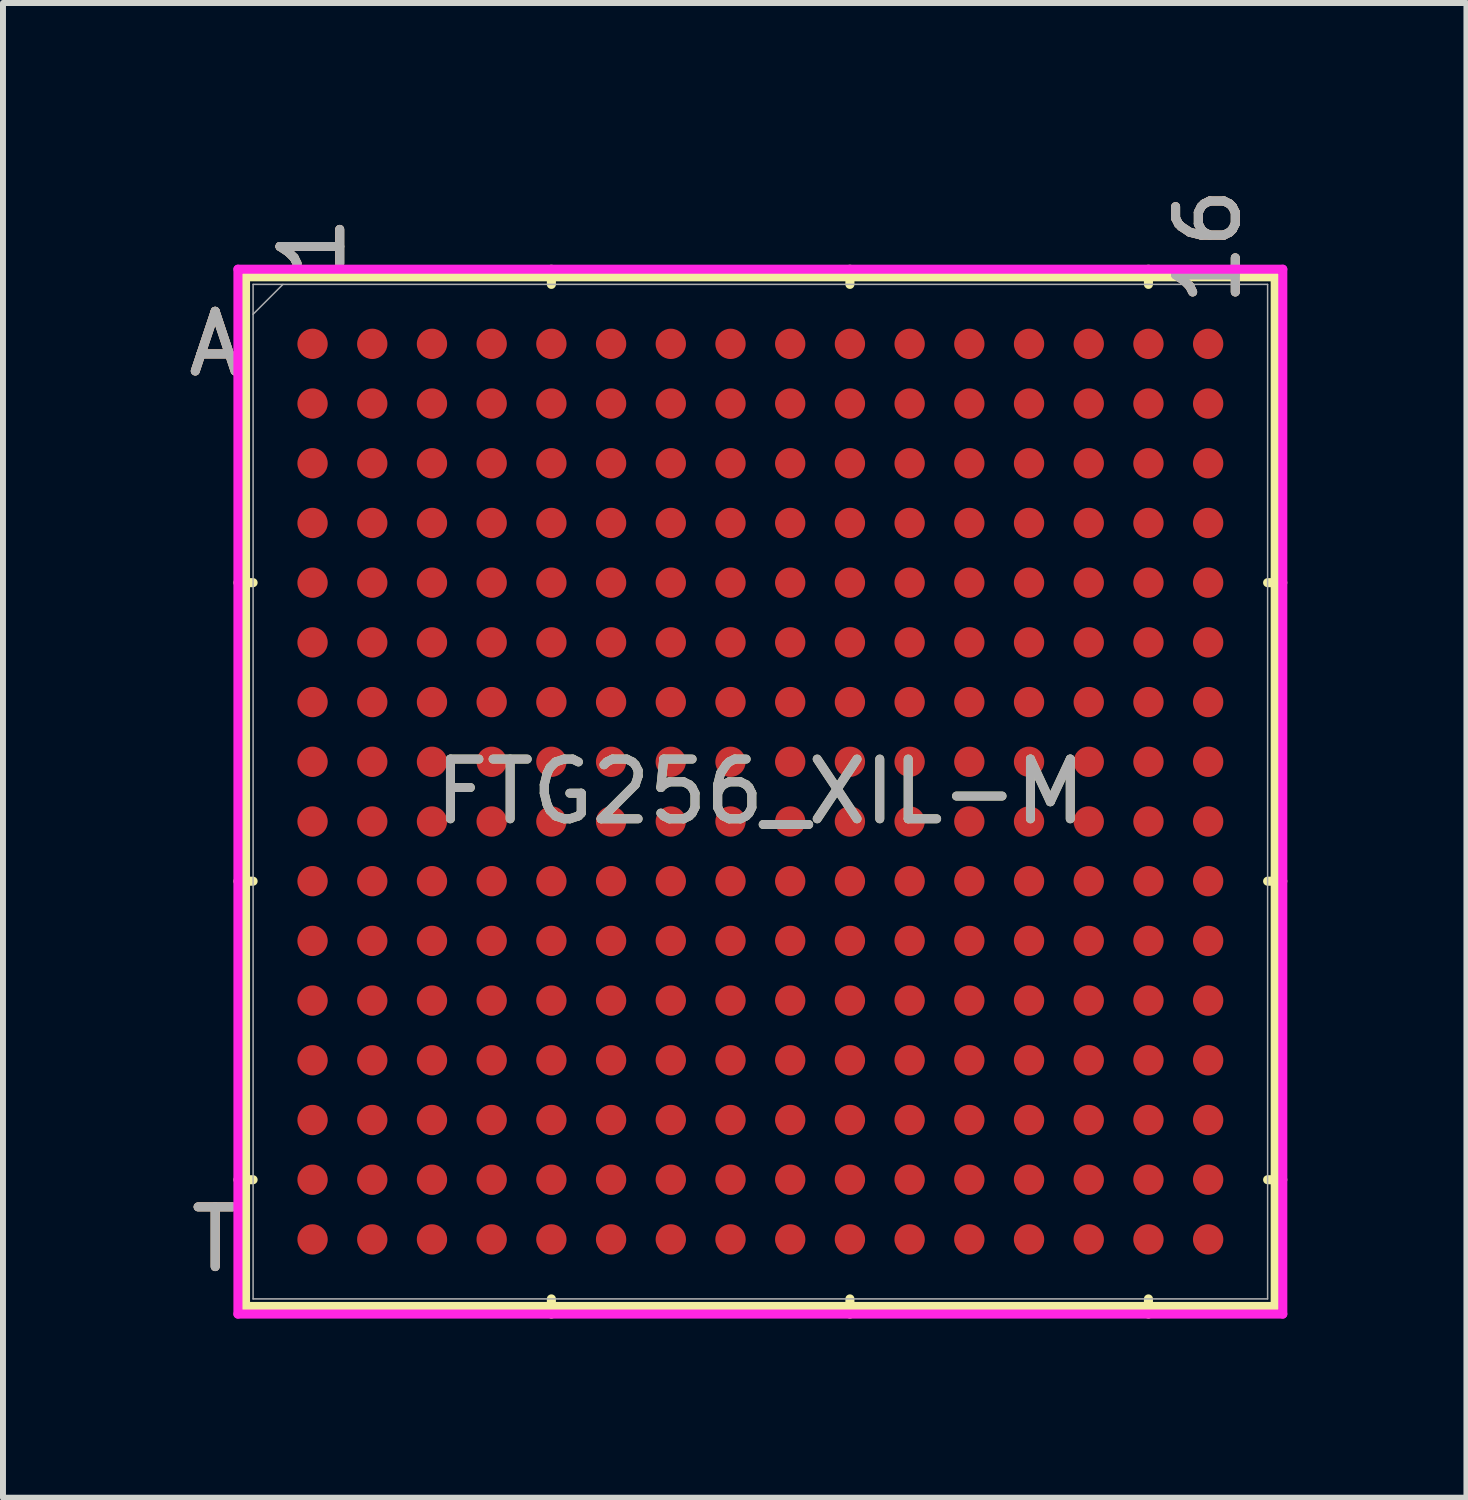
<source format=kicad_pcb>
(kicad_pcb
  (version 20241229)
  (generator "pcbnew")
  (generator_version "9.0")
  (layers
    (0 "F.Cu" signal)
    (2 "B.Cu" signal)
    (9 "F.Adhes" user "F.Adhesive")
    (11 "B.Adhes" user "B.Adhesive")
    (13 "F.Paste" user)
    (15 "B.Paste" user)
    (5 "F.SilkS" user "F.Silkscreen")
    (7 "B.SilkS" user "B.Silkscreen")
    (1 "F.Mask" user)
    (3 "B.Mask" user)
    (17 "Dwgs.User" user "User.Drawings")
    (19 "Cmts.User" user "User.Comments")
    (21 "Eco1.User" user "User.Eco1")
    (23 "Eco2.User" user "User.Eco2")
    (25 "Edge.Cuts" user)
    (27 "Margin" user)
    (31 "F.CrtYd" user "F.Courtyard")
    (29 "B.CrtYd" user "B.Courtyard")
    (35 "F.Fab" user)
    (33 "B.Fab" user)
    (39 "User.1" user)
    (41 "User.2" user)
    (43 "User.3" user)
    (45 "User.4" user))
  (footprint "FTG256_XIL-M"
    (layer "F.Cu")
    (at 9.685 10.209)
    (property "Reference" "FTG256_XIL-M" (at 0 0 0) (unlocked yes) (layer "F.SilkS") (effects (font (size 1 1) (thickness 0.15))))
    (attr smd)
    (fp_line (start -8.623 -8.623) (end -8.623 8.623) (stroke (width 0.152) (type solid)) (layer "F.SilkS"))
    (fp_line (start -8.623 8.623) (end 8.623 8.623) (stroke (width 0.152) (type solid)) (layer "F.SilkS"))
    (fp_line (start -8.496 -3.5) (end -8.75 -3.5) (stroke (width 0.152) (type solid)) (layer "F.SilkS"))
    (fp_line (start -8.496 1.5) (end -8.75 1.5) (stroke (width 0.152) (type solid)) (layer "F.SilkS"))
    (fp_line (start -8.496 6.5) (end -8.75 6.5) (stroke (width 0.152) (type solid)) (layer "F.SilkS"))
    (fp_line (start -3.5 -8.496) (end -3.5 -8.75) (stroke (width 0.152) (type solid)) (layer "F.SilkS"))
    (fp_line (start -3.5 8.496) (end -3.5 8.75) (stroke (width 0.152) (type solid)) (layer "F.SilkS"))
    (fp_line (start 1.5 -8.496) (end 1.5 -8.75) (stroke (width 0.152) (type solid)) (layer "F.SilkS"))
    (fp_line (start 1.5 8.496) (end 1.5 8.75) (stroke (width 0.152) (type solid)) (layer "F.SilkS"))
    (fp_line (start 6.5 -8.496) (end 6.5 -8.75) (stroke (width 0.152) (type solid)) (layer "F.SilkS"))
    (fp_line (start 6.5 8.496) (end 6.5 8.75) (stroke (width 0.152) (type solid)) (layer "F.SilkS"))
    (fp_line (start 8.496 -3.5) (end 8.75 -3.5) (stroke (width 0.152) (type solid)) (layer "F.SilkS"))
    (fp_line (start 8.496 1.5) (end 8.75 1.5) (stroke (width 0.152) (type solid)) (layer "F.SilkS"))
    (fp_line (start 8.496 6.5) (end 8.75 6.5) (stroke (width 0.152) (type solid)) (layer "F.SilkS"))
    (fp_line (start 8.623 -8.623) (end -8.623 -8.623) (stroke (width 0.152) (type solid)) (layer "F.SilkS"))
    (fp_line (start 8.623 8.623) (end 8.623 -8.623) (stroke (width 0.152) (type solid)) (layer "F.SilkS"))
    (fp_poly (pts (xy -8.508 -8.508) (xy 8.508 -8.508) (xy 8.508 8.508) (xy -8.508 8.508)) (stroke (width 0.1) (type solid)) (fill no) (layer "Eco2.User"))
    (fp_line (start -8.75 -8.75) (end 8.75 -8.75) (stroke (width 0.152) (type solid)) (layer "F.CrtYd"))
    (fp_line (start -8.75 8.75) (end -8.75 -8.75) (stroke (width 0.152) (type solid)) (layer "F.CrtYd"))
    (fp_line (start 8.75 -8.75) (end 8.75 8.75) (stroke (width 0.152) (type solid)) (layer "F.CrtYd"))
    (fp_line (start 8.75 8.75) (end -8.75 8.75) (stroke (width 0.152) (type solid)) (layer "F.CrtYd"))
    (fp_line (start -8.496 -8.496) (end -8.496 8.496) (stroke (width 0.025) (type solid)) (layer "F.Fab"))
    (fp_line (start -8.496 8.496) (end 8.496 8.496) (stroke (width 0.025) (type solid)) (layer "F.Fab"))
    (fp_line (start -7.996 -8.496) (end -8.496 -7.996) (stroke (width 0.025) (type solid)) (layer "F.Fab"))
    (fp_line (start 8.496 -8.496) (end -8.496 -8.496) (stroke (width 0.025) (type solid)) (layer "F.Fab"))
    (fp_line (start 8.496 8.496) (end 8.496 -8.496) (stroke (width 0.025) (type solid)) (layer "F.Fab"))
    (fp_text user "16" (at 7.5 -9.131 90) (unlocked yes) (layer "F.SilkS") (effects (font (size 1 1) (thickness 0.15))))
    (fp_text user "T" (at -9.131 7.5 0) (unlocked yes) (layer "F.SilkS") (effects (font (size 1 1) (thickness 0.15))))
    (fp_text user "1" (at -7.5 -9.131 90) (unlocked yes) (layer "F.SilkS") (effects (font (size 1 1) (thickness 0.15))))
    (fp_text user "A" (at -9.131 -7.5 0) (unlocked yes) (layer "F.SilkS") (effects (font (size 1 1) (thickness 0.15))))
    (fp_text user "A" (at -9.131 -7.5 0) (unlocked yes) (layer "B.SilkS") (effects (font (size 1 1) (thickness 0.15))))
    (fp_text user "1" (at -7.5 -9.131 90) (unlocked yes) (layer "B.SilkS") (effects (font (size 1 1) (thickness 0.15))))
    (fp_text user "16" (at 7.5 -9.131 90) (unlocked yes) (layer "B.SilkS") (effects (font (size 1 1) (thickness 0.15))))
    (fp_text user "T" (at -9.131 7.5 0) (unlocked yes) (layer "B.SilkS") (effects (font (size 1 1) (thickness 0.15))))
    (fp_text user "16" (at 7.5 -9.131 90) (unlocked yes) (layer "F.Fab") (effects (font (size 1 1) (thickness 0.15))))
    (fp_text user "${REFERENCE}" (at 0 0 0) (unlocked yes) (layer "F.Fab") (effects (font (size 1 1) (thickness 0.15))))
    (fp_text user "T" (at -9.131 7.5 0) (unlocked yes) (layer "F.Fab") (effects (font (size 1 1) (thickness 0.15))))
    (fp_text user "1" (at -7.5 -9.131 90) (unlocked yes) (layer "F.Fab") (effects (font (size 1 1) (thickness 0.15))))
    (fp_text user "A" (at -9.131 -7.5 0) (unlocked yes) (layer "F.Fab") (effects (font (size 1 1) (thickness 0.15))))
    (pad "A1" smd circle (at -7.5 -7.5) (size 0.508 0.508) (layers "F.Cu" "F.Mask" "F.Paste"))
    (pad "A2" smd circle (at -6.5 -7.5) (size 0.508 0.508) (layers "F.Cu" "F.Mask" "F.Paste"))
    (pad "A3" smd circle (at -5.5 -7.5) (size 0.508 0.508) (layers "F.Cu" "F.Mask" "F.Paste"))
    (pad "A4" smd circle (at -4.5 -7.5) (size 0.508 0.508) (layers "F.Cu" "F.Mask" "F.Paste"))
    (pad "A5" smd circle (at -3.5 -7.5) (size 0.508 0.508) (layers "F.Cu" "F.Mask" "F.Paste"))
    (pad "A6" smd circle (at -2.5 -7.5) (size 0.508 0.508) (layers "F.Cu" "F.Mask" "F.Paste"))
    (pad "A7" smd circle (at -1.5 -7.5) (size 0.508 0.508) (layers "F.Cu" "F.Mask" "F.Paste"))
    (pad "A8" smd circle (at -0.5 -7.5) (size 0.508 0.508) (layers "F.Cu" "F.Mask" "F.Paste"))
    (pad "A9" smd circle (at 0.5 -7.5) (size 0.508 0.508) (layers "F.Cu" "F.Mask" "F.Paste"))
    (pad "A10" smd circle (at 1.5 -7.5) (size 0.508 0.508) (layers "F.Cu" "F.Mask" "F.Paste"))
    (pad "A11" smd circle (at 2.5 -7.5) (size 0.508 0.508) (layers "F.Cu" "F.Mask" "F.Paste"))
    (pad "A12" smd circle (at 3.5 -7.5) (size 0.508 0.508) (layers "F.Cu" "F.Mask" "F.Paste"))
    (pad "A13" smd circle (at 4.5 -7.5) (size 0.508 0.508) (layers "F.Cu" "F.Mask" "F.Paste"))
    (pad "A14" smd circle (at 5.5 -7.5) (size 0.508 0.508) (layers "F.Cu" "F.Mask" "F.Paste"))
    (pad "A15" smd circle (at 6.5 -7.5) (size 0.508 0.508) (layers "F.Cu" "F.Mask" "F.Paste"))
    (pad "A16" smd circle (at 7.5 -7.5) (size 0.508 0.508) (layers "F.Cu" "F.Mask" "F.Paste"))
    (pad "B1" smd circle (at -7.5 -6.5) (size 0.508 0.508) (layers "F.Cu" "F.Mask" "F.Paste"))
    (pad "B2" smd circle (at -6.5 -6.5) (size 0.508 0.508) (layers "F.Cu" "F.Mask" "F.Paste"))
    (pad "B3" smd circle (at -5.5 -6.5) (size 0.508 0.508) (layers "F.Cu" "F.Mask" "F.Paste"))
    (pad "B4" smd circle (at -4.5 -6.5) (size 0.508 0.508) (layers "F.Cu" "F.Mask" "F.Paste"))
    (pad "B5" smd circle (at -3.5 -6.5) (size 0.508 0.508) (layers "F.Cu" "F.Mask" "F.Paste"))
    (pad "B6" smd circle (at -2.5 -6.5) (size 0.508 0.508) (layers "F.Cu" "F.Mask" "F.Paste"))
    (pad "B7" smd circle (at -1.5 -6.5) (size 0.508 0.508) (layers "F.Cu" "F.Mask" "F.Paste"))
    (pad "B8" smd circle (at -0.5 -6.5) (size 0.508 0.508) (layers "F.Cu" "F.Mask" "F.Paste"))
    (pad "B9" smd circle (at 0.5 -6.5) (size 0.508 0.508) (layers "F.Cu" "F.Mask" "F.Paste"))
    (pad "B10" smd circle (at 1.5 -6.5) (size 0.508 0.508) (layers "F.Cu" "F.Mask" "F.Paste"))
    (pad "B11" smd circle (at 2.5 -6.5) (size 0.508 0.508) (layers "F.Cu" "F.Mask" "F.Paste"))
    (pad "B12" smd circle (at 3.5 -6.5) (size 0.508 0.508) (layers "F.Cu" "F.Mask" "F.Paste"))
    (pad "B13" smd circle (at 4.5 -6.5) (size 0.508 0.508) (layers "F.Cu" "F.Mask" "F.Paste"))
    (pad "B14" smd circle (at 5.5 -6.5) (size 0.508 0.508) (layers "F.Cu" "F.Mask" "F.Paste"))
    (pad "B15" smd circle (at 6.5 -6.5) (size 0.508 0.508) (layers "F.Cu" "F.Mask" "F.Paste"))
    (pad "B16" smd circle (at 7.5 -6.5) (size 0.508 0.508) (layers "F.Cu" "F.Mask" "F.Paste"))
    (pad "C1" smd circle (at -7.5 -5.5) (size 0.508 0.508) (layers "F.Cu" "F.Mask" "F.Paste"))
    (pad "C2" smd circle (at -6.5 -5.5) (size 0.508 0.508) (layers "F.Cu" "F.Mask" "F.Paste"))
    (pad "C3" smd circle (at -5.5 -5.5) (size 0.508 0.508) (layers "F.Cu" "F.Mask" "F.Paste"))
    (pad "C4" smd circle (at -4.5 -5.5) (size 0.508 0.508) (layers "F.Cu" "F.Mask" "F.Paste"))
    (pad "C5" smd circle (at -3.5 -5.5) (size 0.508 0.508) (layers "F.Cu" "F.Mask" "F.Paste"))
    (pad "C6" smd circle (at -2.5 -5.5) (size 0.508 0.508) (layers "F.Cu" "F.Mask" "F.Paste"))
    (pad "C7" smd circle (at -1.5 -5.5) (size 0.508 0.508) (layers "F.Cu" "F.Mask" "F.Paste"))
    (pad "C8" smd circle (at -0.5 -5.5) (size 0.508 0.508) (layers "F.Cu" "F.Mask" "F.Paste"))
    (pad "C9" smd circle (at 0.5 -5.5) (size 0.508 0.508) (layers "F.Cu" "F.Mask" "F.Paste"))
    (pad "C10" smd circle (at 1.5 -5.5) (size 0.508 0.508) (layers "F.Cu" "F.Mask" "F.Paste"))
    (pad "C11" smd circle (at 2.5 -5.5) (size 0.508 0.508) (layers "F.Cu" "F.Mask" "F.Paste"))
    (pad "C12" smd circle (at 3.5 -5.5) (size 0.508 0.508) (layers "F.Cu" "F.Mask" "F.Paste"))
    (pad "C13" smd circle (at 4.5 -5.5) (size 0.508 0.508) (layers "F.Cu" "F.Mask" "F.Paste"))
    (pad "C14" smd circle (at 5.5 -5.5) (size 0.508 0.508) (layers "F.Cu" "F.Mask" "F.Paste"))
    (pad "C15" smd circle (at 6.5 -5.5) (size 0.508 0.508) (layers "F.Cu" "F.Mask" "F.Paste"))
    (pad "C16" smd circle (at 7.5 -5.5) (size 0.508 0.508) (layers "F.Cu" "F.Mask" "F.Paste"))
    (pad "D1" smd circle (at -7.5 -4.5) (size 0.508 0.508) (layers "F.Cu" "F.Mask" "F.Paste"))
    (pad "D2" smd circle (at -6.5 -4.5) (size 0.508 0.508) (layers "F.Cu" "F.Mask" "F.Paste"))
    (pad "D3" smd circle (at -5.5 -4.5) (size 0.508 0.508) (layers "F.Cu" "F.Mask" "F.Paste"))
    (pad "D4" smd circle (at -4.5 -4.5) (size 0.508 0.508) (layers "F.Cu" "F.Mask" "F.Paste"))
    (pad "D5" smd circle (at -3.5 -4.5) (size 0.508 0.508) (layers "F.Cu" "F.Mask" "F.Paste"))
    (pad "D6" smd circle (at -2.5 -4.5) (size 0.508 0.508) (layers "F.Cu" "F.Mask" "F.Paste"))
    (pad "D7" smd circle (at -1.5 -4.5) (size 0.508 0.508) (layers "F.Cu" "F.Mask" "F.Paste"))
    (pad "D8" smd circle (at -0.5 -4.5) (size 0.508 0.508) (layers "F.Cu" "F.Mask" "F.Paste"))
    (pad "D9" smd circle (at 0.5 -4.5) (size 0.508 0.508) (layers "F.Cu" "F.Mask" "F.Paste"))
    (pad "D10" smd circle (at 1.5 -4.5) (size 0.508 0.508) (layers "F.Cu" "F.Mask" "F.Paste"))
    (pad "D11" smd circle (at 2.5 -4.5) (size 0.508 0.508) (layers "F.Cu" "F.Mask" "F.Paste"))
    (pad "D12" smd circle (at 3.5 -4.5) (size 0.508 0.508) (layers "F.Cu" "F.Mask" "F.Paste"))
    (pad "D13" smd circle (at 4.5 -4.5) (size 0.508 0.508) (layers "F.Cu" "F.Mask" "F.Paste"))
    (pad "D14" smd circle (at 5.5 -4.5) (size 0.508 0.508) (layers "F.Cu" "F.Mask" "F.Paste"))
    (pad "D15" smd circle (at 6.5 -4.5) (size 0.508 0.508) (layers "F.Cu" "F.Mask" "F.Paste"))
    (pad "D16" smd circle (at 7.5 -4.5) (size 0.508 0.508) (layers "F.Cu" "F.Mask" "F.Paste"))
    (pad "E1" smd circle (at -7.5 -3.5) (size 0.508 0.508) (layers "F.Cu" "F.Mask" "F.Paste"))
    (pad "E2" smd circle (at -6.5 -3.5) (size 0.508 0.508) (layers "F.Cu" "F.Mask" "F.Paste"))
    (pad "E3" smd circle (at -5.5 -3.5) (size 0.508 0.508) (layers "F.Cu" "F.Mask" "F.Paste"))
    (pad "E4" smd circle (at -4.5 -3.5) (size 0.508 0.508) (layers "F.Cu" "F.Mask" "F.Paste"))
    (pad "E5" smd circle (at -3.5 -3.5) (size 0.508 0.508) (layers "F.Cu" "F.Mask" "F.Paste"))
    (pad "E6" smd circle (at -2.5 -3.5) (size 0.508 0.508) (layers "F.Cu" "F.Mask" "F.Paste"))
    (pad "E7" smd circle (at -1.5 -3.5) (size 0.508 0.508) (layers "F.Cu" "F.Mask" "F.Paste"))
    (pad "E8" smd circle (at -0.5 -3.5) (size 0.508 0.508) (layers "F.Cu" "F.Mask" "F.Paste"))
    (pad "E9" smd circle (at 0.5 -3.5) (size 0.508 0.508) (layers "F.Cu" "F.Mask" "F.Paste"))
    (pad "E10" smd circle (at 1.5 -3.5) (size 0.508 0.508) (layers "F.Cu" "F.Mask" "F.Paste"))
    (pad "E11" smd circle (at 2.5 -3.5) (size 0.508 0.508) (layers "F.Cu" "F.Mask" "F.Paste"))
    (pad "E12" smd circle (at 3.5 -3.5) (size 0.508 0.508) (layers "F.Cu" "F.Mask" "F.Paste"))
    (pad "E13" smd circle (at 4.5 -3.5) (size 0.508 0.508) (layers "F.Cu" "F.Mask" "F.Paste"))
    (pad "E14" smd circle (at 5.5 -3.5) (size 0.508 0.508) (layers "F.Cu" "F.Mask" "F.Paste"))
    (pad "E15" smd circle (at 6.5 -3.5) (size 0.508 0.508) (layers "F.Cu" "F.Mask" "F.Paste"))
    (pad "E16" smd circle (at 7.5 -3.5) (size 0.508 0.508) (layers "F.Cu" "F.Mask" "F.Paste"))
    (pad "F1" smd circle (at -7.5 -2.5) (size 0.508 0.508) (layers "F.Cu" "F.Mask" "F.Paste"))
    (pad "F2" smd circle (at -6.5 -2.5) (size 0.508 0.508) (layers "F.Cu" "F.Mask" "F.Paste"))
    (pad "F3" smd circle (at -5.5 -2.5) (size 0.508 0.508) (layers "F.Cu" "F.Mask" "F.Paste"))
    (pad "F4" smd circle (at -4.5 -2.5) (size 0.508 0.508) (layers "F.Cu" "F.Mask" "F.Paste"))
    (pad "F5" smd circle (at -3.5 -2.5) (size 0.508 0.508) (layers "F.Cu" "F.Mask" "F.Paste"))
    (pad "F6" smd circle (at -2.5 -2.5) (size 0.508 0.508) (layers "F.Cu" "F.Mask" "F.Paste"))
    (pad "F7" smd circle (at -1.5 -2.5) (size 0.508 0.508) (layers "F.Cu" "F.Mask" "F.Paste"))
    (pad "F8" smd circle (at -0.5 -2.5) (size 0.508 0.508) (layers "F.Cu" "F.Mask" "F.Paste"))
    (pad "F9" smd circle (at 0.5 -2.5) (size 0.508 0.508) (layers "F.Cu" "F.Mask" "F.Paste"))
    (pad "F10" smd circle (at 1.5 -2.5) (size 0.508 0.508) (layers "F.Cu" "F.Mask" "F.Paste"))
    (pad "F11" smd circle (at 2.5 -2.5) (size 0.508 0.508) (layers "F.Cu" "F.Mask" "F.Paste"))
    (pad "F12" smd circle (at 3.5 -2.5) (size 0.508 0.508) (layers "F.Cu" "F.Mask" "F.Paste"))
    (pad "F13" smd circle (at 4.5 -2.5) (size 0.508 0.508) (layers "F.Cu" "F.Mask" "F.Paste"))
    (pad "F14" smd circle (at 5.5 -2.5) (size 0.508 0.508) (layers "F.Cu" "F.Mask" "F.Paste"))
    (pad "F15" smd circle (at 6.5 -2.5) (size 0.508 0.508) (layers "F.Cu" "F.Mask" "F.Paste"))
    (pad "F16" smd circle (at 7.5 -2.5) (size 0.508 0.508) (layers "F.Cu" "F.Mask" "F.Paste"))
    (pad "G1" smd circle (at -7.5 -1.5) (size 0.508 0.508) (layers "F.Cu" "F.Mask" "F.Paste"))
    (pad "G2" smd circle (at -6.5 -1.5) (size 0.508 0.508) (layers "F.Cu" "F.Mask" "F.Paste"))
    (pad "G3" smd circle (at -5.5 -1.5) (size 0.508 0.508) (layers "F.Cu" "F.Mask" "F.Paste"))
    (pad "G4" smd circle (at -4.5 -1.5) (size 0.508 0.508) (layers "F.Cu" "F.Mask" "F.Paste"))
    (pad "G5" smd circle (at -3.5 -1.5) (size 0.508 0.508) (layers "F.Cu" "F.Mask" "F.Paste"))
    (pad "G6" smd circle (at -2.5 -1.5) (size 0.508 0.508) (layers "F.Cu" "F.Mask" "F.Paste"))
    (pad "G7" smd circle (at -1.5 -1.5) (size 0.508 0.508) (layers "F.Cu" "F.Mask" "F.Paste"))
    (pad "G8" smd circle (at -0.5 -1.5) (size 0.508 0.508) (layers "F.Cu" "F.Mask" "F.Paste"))
    (pad "G9" smd circle (at 0.5 -1.5) (size 0.508 0.508) (layers "F.Cu" "F.Mask" "F.Paste"))
    (pad "G10" smd circle (at 1.5 -1.5) (size 0.508 0.508) (layers "F.Cu" "F.Mask" "F.Paste"))
    (pad "G11" smd circle (at 2.5 -1.5) (size 0.508 0.508) (layers "F.Cu" "F.Mask" "F.Paste"))
    (pad "G12" smd circle (at 3.5 -1.5) (size 0.508 0.508) (layers "F.Cu" "F.Mask" "F.Paste"))
    (pad "G13" smd circle (at 4.5 -1.5) (size 0.508 0.508) (layers "F.Cu" "F.Mask" "F.Paste"))
    (pad "G14" smd circle (at 5.5 -1.5) (size 0.508 0.508) (layers "F.Cu" "F.Mask" "F.Paste"))
    (pad "G15" smd circle (at 6.5 -1.5) (size 0.508 0.508) (layers "F.Cu" "F.Mask" "F.Paste"))
    (pad "G16" smd circle (at 7.5 -1.5) (size 0.508 0.508) (layers "F.Cu" "F.Mask" "F.Paste"))
    (pad "H1" smd circle (at -7.5 -0.5) (size 0.508 0.508) (layers "F.Cu" "F.Mask" "F.Paste"))
    (pad "H2" smd circle (at -6.5 -0.5) (size 0.508 0.508) (layers "F.Cu" "F.Mask" "F.Paste"))
    (pad "H3" smd circle (at -5.5 -0.5) (size 0.508 0.508) (layers "F.Cu" "F.Mask" "F.Paste"))
    (pad "H4" smd circle (at -4.5 -0.5) (size 0.508 0.508) (layers "F.Cu" "F.Mask" "F.Paste"))
    (pad "H5" smd circle (at -3.5 -0.5) (size 0.508 0.508) (layers "F.Cu" "F.Mask" "F.Paste"))
    (pad "H6" smd circle (at -2.5 -0.5) (size 0.508 0.508) (layers "F.Cu" "F.Mask" "F.Paste"))
    (pad "H7" smd circle (at -1.5 -0.5) (size 0.508 0.508) (layers "F.Cu" "F.Mask" "F.Paste"))
    (pad "H8" smd circle (at -0.5 -0.5) (size 0.508 0.508) (layers "F.Cu" "F.Mask" "F.Paste"))
    (pad "H9" smd circle (at 0.5 -0.5) (size 0.508 0.508) (layers "F.Cu" "F.Mask" "F.Paste"))
    (pad "H10" smd circle (at 1.5 -0.5) (size 0.508 0.508) (layers "F.Cu" "F.Mask" "F.Paste"))
    (pad "H11" smd circle (at 2.5 -0.5) (size 0.508 0.508) (layers "F.Cu" "F.Mask" "F.Paste"))
    (pad "H12" smd circle (at 3.5 -0.5) (size 0.508 0.508) (layers "F.Cu" "F.Mask" "F.Paste"))
    (pad "H13" smd circle (at 4.5 -0.5) (size 0.508 0.508) (layers "F.Cu" "F.Mask" "F.Paste"))
    (pad "H14" smd circle (at 5.5 -0.5) (size 0.508 0.508) (layers "F.Cu" "F.Mask" "F.Paste"))
    (pad "H15" smd circle (at 6.5 -0.5) (size 0.508 0.508) (layers "F.Cu" "F.Mask" "F.Paste"))
    (pad "H16" smd circle (at 7.5 -0.5) (size 0.508 0.508) (layers "F.Cu" "F.Mask" "F.Paste"))
    (pad "J1" smd circle (at -7.5 0.5) (size 0.508 0.508) (layers "F.Cu" "F.Mask" "F.Paste"))
    (pad "J2" smd circle (at -6.5 0.5) (size 0.508 0.508) (layers "F.Cu" "F.Mask" "F.Paste"))
    (pad "J3" smd circle (at -5.5 0.5) (size 0.508 0.508) (layers "F.Cu" "F.Mask" "F.Paste"))
    (pad "J4" smd circle (at -4.5 0.5) (size 0.508 0.508) (layers "F.Cu" "F.Mask" "F.Paste"))
    (pad "J5" smd circle (at -3.5 0.5) (size 0.508 0.508) (layers "F.Cu" "F.Mask" "F.Paste"))
    (pad "J6" smd circle (at -2.5 0.5) (size 0.508 0.508) (layers "F.Cu" "F.Mask" "F.Paste"))
    (pad "J7" smd circle (at -1.5 0.5) (size 0.508 0.508) (layers "F.Cu" "F.Mask" "F.Paste"))
    (pad "J8" smd circle (at -0.5 0.5) (size 0.508 0.508) (layers "F.Cu" "F.Mask" "F.Paste"))
    (pad "J9" smd circle (at 0.5 0.5) (size 0.508 0.508) (layers "F.Cu" "F.Mask" "F.Paste"))
    (pad "J10" smd circle (at 1.5 0.5) (size 0.508 0.508) (layers "F.Cu" "F.Mask" "F.Paste"))
    (pad "J11" smd circle (at 2.5 0.5) (size 0.508 0.508) (layers "F.Cu" "F.Mask" "F.Paste"))
    (pad "J12" smd circle (at 3.5 0.5) (size 0.508 0.508) (layers "F.Cu" "F.Mask" "F.Paste"))
    (pad "J13" smd circle (at 4.5 0.5) (size 0.508 0.508) (layers "F.Cu" "F.Mask" "F.Paste"))
    (pad "J14" smd circle (at 5.5 0.5) (size 0.508 0.508) (layers "F.Cu" "F.Mask" "F.Paste"))
    (pad "J15" smd circle (at 6.5 0.5) (size 0.508 0.508) (layers "F.Cu" "F.Mask" "F.Paste"))
    (pad "J16" smd circle (at 7.5 0.5) (size 0.508 0.508) (layers "F.Cu" "F.Mask" "F.Paste"))
    (pad "K1" smd circle (at -7.5 1.5) (size 0.508 0.508) (layers "F.Cu" "F.Mask" "F.Paste"))
    (pad "K2" smd circle (at -6.5 1.5) (size 0.508 0.508) (layers "F.Cu" "F.Mask" "F.Paste"))
    (pad "K3" smd circle (at -5.5 1.5) (size 0.508 0.508) (layers "F.Cu" "F.Mask" "F.Paste"))
    (pad "K4" smd circle (at -4.5 1.5) (size 0.508 0.508) (layers "F.Cu" "F.Mask" "F.Paste"))
    (pad "K5" smd circle (at -3.5 1.5) (size 0.508 0.508) (layers "F.Cu" "F.Mask" "F.Paste"))
    (pad "K6" smd circle (at -2.5 1.5) (size 0.508 0.508) (layers "F.Cu" "F.Mask" "F.Paste"))
    (pad "K7" smd circle (at -1.5 1.5) (size 0.508 0.508) (layers "F.Cu" "F.Mask" "F.Paste"))
    (pad "K8" smd circle (at -0.5 1.5) (size 0.508 0.508) (layers "F.Cu" "F.Mask" "F.Paste"))
    (pad "K9" smd circle (at 0.5 1.5) (size 0.508 0.508) (layers "F.Cu" "F.Mask" "F.Paste"))
    (pad "K10" smd circle (at 1.5 1.5) (size 0.508 0.508) (layers "F.Cu" "F.Mask" "F.Paste"))
    (pad "K11" smd circle (at 2.5 1.5) (size 0.508 0.508) (layers "F.Cu" "F.Mask" "F.Paste"))
    (pad "K12" smd circle (at 3.5 1.5) (size 0.508 0.508) (layers "F.Cu" "F.Mask" "F.Paste"))
    (pad "K13" smd circle (at 4.5 1.5) (size 0.508 0.508) (layers "F.Cu" "F.Mask" "F.Paste"))
    (pad "K14" smd circle (at 5.5 1.5) (size 0.508 0.508) (layers "F.Cu" "F.Mask" "F.Paste"))
    (pad "K15" smd circle (at 6.5 1.5) (size 0.508 0.508) (layers "F.Cu" "F.Mask" "F.Paste"))
    (pad "K16" smd circle (at 7.5 1.5) (size 0.508 0.508) (layers "F.Cu" "F.Mask" "F.Paste"))
    (pad "L1" smd circle (at -7.5 2.5) (size 0.508 0.508) (layers "F.Cu" "F.Mask" "F.Paste"))
    (pad "L2" smd circle (at -6.5 2.5) (size 0.508 0.508) (layers "F.Cu" "F.Mask" "F.Paste"))
    (pad "L3" smd circle (at -5.5 2.5) (size 0.508 0.508) (layers "F.Cu" "F.Mask" "F.Paste"))
    (pad "L4" smd circle (at -4.5 2.5) (size 0.508 0.508) (layers "F.Cu" "F.Mask" "F.Paste"))
    (pad "L5" smd circle (at -3.5 2.5) (size 0.508 0.508) (layers "F.Cu" "F.Mask" "F.Paste"))
    (pad "L6" smd circle (at -2.5 2.5) (size 0.508 0.508) (layers "F.Cu" "F.Mask" "F.Paste"))
    (pad "L7" smd circle (at -1.5 2.5) (size 0.508 0.508) (layers "F.Cu" "F.Mask" "F.Paste"))
    (pad "L8" smd circle (at -0.5 2.5) (size 0.508 0.508) (layers "F.Cu" "F.Mask" "F.Paste"))
    (pad "L9" smd circle (at 0.5 2.5) (size 0.508 0.508) (layers "F.Cu" "F.Mask" "F.Paste"))
    (pad "L10" smd circle (at 1.5 2.5) (size 0.508 0.508) (layers "F.Cu" "F.Mask" "F.Paste"))
    (pad "L11" smd circle (at 2.5 2.5) (size 0.508 0.508) (layers "F.Cu" "F.Mask" "F.Paste"))
    (pad "L12" smd circle (at 3.5 2.5) (size 0.508 0.508) (layers "F.Cu" "F.Mask" "F.Paste"))
    (pad "L13" smd circle (at 4.5 2.5) (size 0.508 0.508) (layers "F.Cu" "F.Mask" "F.Paste"))
    (pad "L14" smd circle (at 5.5 2.5) (size 0.508 0.508) (layers "F.Cu" "F.Mask" "F.Paste"))
    (pad "L15" smd circle (at 6.5 2.5) (size 0.508 0.508) (layers "F.Cu" "F.Mask" "F.Paste"))
    (pad "L16" smd circle (at 7.5 2.5) (size 0.508 0.508) (layers "F.Cu" "F.Mask" "F.Paste"))
    (pad "M1" smd circle (at -7.5 3.5) (size 0.508 0.508) (layers "F.Cu" "F.Mask" "F.Paste"))
    (pad "M2" smd circle (at -6.5 3.5) (size 0.508 0.508) (layers "F.Cu" "F.Mask" "F.Paste"))
    (pad "M3" smd circle (at -5.5 3.5) (size 0.508 0.508) (layers "F.Cu" "F.Mask" "F.Paste"))
    (pad "M4" smd circle (at -4.5 3.5) (size 0.508 0.508) (layers "F.Cu" "F.Mask" "F.Paste"))
    (pad "M5" smd circle (at -3.5 3.5) (size 0.508 0.508) (layers "F.Cu" "F.Mask" "F.Paste"))
    (pad "M6" smd circle (at -2.5 3.5) (size 0.508 0.508) (layers "F.Cu" "F.Mask" "F.Paste"))
    (pad "M7" smd circle (at -1.5 3.5) (size 0.508 0.508) (layers "F.Cu" "F.Mask" "F.Paste"))
    (pad "M8" smd circle (at -0.5 3.5) (size 0.508 0.508) (layers "F.Cu" "F.Mask" "F.Paste"))
    (pad "M9" smd circle (at 0.5 3.5) (size 0.508 0.508) (layers "F.Cu" "F.Mask" "F.Paste"))
    (pad "M10" smd circle (at 1.5 3.5) (size 0.508 0.508) (layers "F.Cu" "F.Mask" "F.Paste"))
    (pad "M11" smd circle (at 2.5 3.5) (size 0.508 0.508) (layers "F.Cu" "F.Mask" "F.Paste"))
    (pad "M12" smd circle (at 3.5 3.5) (size 0.508 0.508) (layers "F.Cu" "F.Mask" "F.Paste"))
    (pad "M13" smd circle (at 4.5 3.5) (size 0.508 0.508) (layers "F.Cu" "F.Mask" "F.Paste"))
    (pad "M14" smd circle (at 5.5 3.5) (size 0.508 0.508) (layers "F.Cu" "F.Mask" "F.Paste"))
    (pad "M15" smd circle (at 6.5 3.5) (size 0.508 0.508) (layers "F.Cu" "F.Mask" "F.Paste"))
    (pad "M16" smd circle (at 7.5 3.5) (size 0.508 0.508) (layers "F.Cu" "F.Mask" "F.Paste"))
    (pad "N1" smd circle (at -7.5 4.5) (size 0.508 0.508) (layers "F.Cu" "F.Mask" "F.Paste"))
    (pad "N2" smd circle (at -6.5 4.5) (size 0.508 0.508) (layers "F.Cu" "F.Mask" "F.Paste"))
    (pad "N3" smd circle (at -5.5 4.5) (size 0.508 0.508) (layers "F.Cu" "F.Mask" "F.Paste"))
    (pad "N4" smd circle (at -4.5 4.5) (size 0.508 0.508) (layers "F.Cu" "F.Mask" "F.Paste"))
    (pad "N5" smd circle (at -3.5 4.5) (size 0.508 0.508) (layers "F.Cu" "F.Mask" "F.Paste"))
    (pad "N6" smd circle (at -2.5 4.5) (size 0.508 0.508) (layers "F.Cu" "F.Mask" "F.Paste"))
    (pad "N7" smd circle (at -1.5 4.5) (size 0.508 0.508) (layers "F.Cu" "F.Mask" "F.Paste"))
    (pad "N8" smd circle (at -0.5 4.5) (size 0.508 0.508) (layers "F.Cu" "F.Mask" "F.Paste"))
    (pad "N9" smd circle (at 0.5 4.5) (size 0.508 0.508) (layers "F.Cu" "F.Mask" "F.Paste"))
    (pad "N10" smd circle (at 1.5 4.5) (size 0.508 0.508) (layers "F.Cu" "F.Mask" "F.Paste"))
    (pad "N11" smd circle (at 2.5 4.5) (size 0.508 0.508) (layers "F.Cu" "F.Mask" "F.Paste"))
    (pad "N12" smd circle (at 3.5 4.5) (size 0.508 0.508) (layers "F.Cu" "F.Mask" "F.Paste"))
    (pad "N13" smd circle (at 4.5 4.5) (size 0.508 0.508) (layers "F.Cu" "F.Mask" "F.Paste"))
    (pad "N14" smd circle (at 5.5 4.5) (size 0.508 0.508) (layers "F.Cu" "F.Mask" "F.Paste"))
    (pad "N15" smd circle (at 6.5 4.5) (size 0.508 0.508) (layers "F.Cu" "F.Mask" "F.Paste"))
    (pad "N16" smd circle (at 7.5 4.5) (size 0.508 0.508) (layers "F.Cu" "F.Mask" "F.Paste"))
    (pad "P1" smd circle (at -7.5 5.5) (size 0.508 0.508) (layers "F.Cu" "F.Mask" "F.Paste"))
    (pad "P2" smd circle (at -6.5 5.5) (size 0.508 0.508) (layers "F.Cu" "F.Mask" "F.Paste"))
    (pad "P3" smd circle (at -5.5 5.5) (size 0.508 0.508) (layers "F.Cu" "F.Mask" "F.Paste"))
    (pad "P4" smd circle (at -4.5 5.5) (size 0.508 0.508) (layers "F.Cu" "F.Mask" "F.Paste"))
    (pad "P5" smd circle (at -3.5 5.5) (size 0.508 0.508) (layers "F.Cu" "F.Mask" "F.Paste"))
    (pad "P6" smd circle (at -2.5 5.5) (size 0.508 0.508) (layers "F.Cu" "F.Mask" "F.Paste"))
    (pad "P7" smd circle (at -1.5 5.5) (size 0.508 0.508) (layers "F.Cu" "F.Mask" "F.Paste"))
    (pad "P8" smd circle (at -0.5 5.5) (size 0.508 0.508) (layers "F.Cu" "F.Mask" "F.Paste"))
    (pad "P9" smd circle (at 0.5 5.5) (size 0.508 0.508) (layers "F.Cu" "F.Mask" "F.Paste"))
    (pad "P10" smd circle (at 1.5 5.5) (size 0.508 0.508) (layers "F.Cu" "F.Mask" "F.Paste"))
    (pad "P11" smd circle (at 2.5 5.5) (size 0.508 0.508) (layers "F.Cu" "F.Mask" "F.Paste"))
    (pad "P12" smd circle (at 3.5 5.5) (size 0.508 0.508) (layers "F.Cu" "F.Mask" "F.Paste"))
    (pad "P13" smd circle (at 4.5 5.5) (size 0.508 0.508) (layers "F.Cu" "F.Mask" "F.Paste"))
    (pad "P14" smd circle (at 5.5 5.5) (size 0.508 0.508) (layers "F.Cu" "F.Mask" "F.Paste"))
    (pad "P15" smd circle (at 6.5 5.5) (size 0.508 0.508) (layers "F.Cu" "F.Mask" "F.Paste"))
    (pad "P16" smd circle (at 7.5 5.5) (size 0.508 0.508) (layers "F.Cu" "F.Mask" "F.Paste"))
    (pad "R1" smd circle (at -7.5 6.5) (size 0.508 0.508) (layers "F.Cu" "F.Mask" "F.Paste"))
    (pad "R2" smd circle (at -6.5 6.5) (size 0.508 0.508) (layers "F.Cu" "F.Mask" "F.Paste"))
    (pad "R3" smd circle (at -5.5 6.5) (size 0.508 0.508) (layers "F.Cu" "F.Mask" "F.Paste"))
    (pad "R4" smd circle (at -4.5 6.5) (size 0.508 0.508) (layers "F.Cu" "F.Mask" "F.Paste"))
    (pad "R5" smd circle (at -3.5 6.5) (size 0.508 0.508) (layers "F.Cu" "F.Mask" "F.Paste"))
    (pad "R6" smd circle (at -2.5 6.5) (size 0.508 0.508) (layers "F.Cu" "F.Mask" "F.Paste"))
    (pad "R7" smd circle (at -1.5 6.5) (size 0.508 0.508) (layers "F.Cu" "F.Mask" "F.Paste"))
    (pad "R8" smd circle (at -0.5 6.5) (size 0.508 0.508) (layers "F.Cu" "F.Mask" "F.Paste"))
    (pad "R9" smd circle (at 0.5 6.5) (size 0.508 0.508) (layers "F.Cu" "F.Mask" "F.Paste"))
    (pad "R10" smd circle (at 1.5 6.5) (size 0.508 0.508) (layers "F.Cu" "F.Mask" "F.Paste"))
    (pad "R11" smd circle (at 2.5 6.5) (size 0.508 0.508) (layers "F.Cu" "F.Mask" "F.Paste"))
    (pad "R12" smd circle (at 3.5 6.5) (size 0.508 0.508) (layers "F.Cu" "F.Mask" "F.Paste"))
    (pad "R13" smd circle (at 4.5 6.5) (size 0.508 0.508) (layers "F.Cu" "F.Mask" "F.Paste"))
    (pad "R14" smd circle (at 5.5 6.5) (size 0.508 0.508) (layers "F.Cu" "F.Mask" "F.Paste"))
    (pad "R15" smd circle (at 6.5 6.5) (size 0.508 0.508) (layers "F.Cu" "F.Mask" "F.Paste"))
    (pad "R16" smd circle (at 7.5 6.5) (size 0.508 0.508) (layers "F.Cu" "F.Mask" "F.Paste"))
    (pad "T1" smd circle (at -7.5 7.5) (size 0.508 0.508) (layers "F.Cu" "F.Mask" "F.Paste"))
    (pad "T2" smd circle (at -6.5 7.5) (size 0.508 0.508) (layers "F.Cu" "F.Mask" "F.Paste"))
    (pad "T3" smd circle (at -5.5 7.5) (size 0.508 0.508) (layers "F.Cu" "F.Mask" "F.Paste"))
    (pad "T4" smd circle (at -4.5 7.5) (size 0.508 0.508) (layers "F.Cu" "F.Mask" "F.Paste"))
    (pad "T5" smd circle (at -3.5 7.5) (size 0.508 0.508) (layers "F.Cu" "F.Mask" "F.Paste"))
    (pad "T6" smd circle (at -2.5 7.5) (size 0.508 0.508) (layers "F.Cu" "F.Mask" "F.Paste"))
    (pad "T7" smd circle (at -1.5 7.5) (size 0.508 0.508) (layers "F.Cu" "F.Mask" "F.Paste"))
    (pad "T8" smd circle (at -0.5 7.5) (size 0.508 0.508) (layers "F.Cu" "F.Mask" "F.Paste"))
    (pad "T9" smd circle (at 0.5 7.5) (size 0.508 0.508) (layers "F.Cu" "F.Mask" "F.Paste"))
    (pad "T10" smd circle (at 1.5 7.5) (size 0.508 0.508) (layers "F.Cu" "F.Mask" "F.Paste"))
    (pad "T11" smd circle (at 2.5 7.5) (size 0.508 0.508) (layers "F.Cu" "F.Mask" "F.Paste"))
    (pad "T12" smd circle (at 3.5 7.5) (size 0.508 0.508) (layers "F.Cu" "F.Mask" "F.Paste"))
    (pad "T13" smd circle (at 4.5 7.5) (size 0.508 0.508) (layers "F.Cu" "F.Mask" "F.Paste"))
    (pad "T14" smd circle (at 5.5 7.5) (size 0.508 0.508) (layers "F.Cu" "F.Mask" "F.Paste"))
    (pad "T15" smd circle (at 6.5 7.5) (size 0.508 0.508) (layers "F.Cu" "F.Mask" "F.Paste"))
    (pad "T16" smd circle (at 7.5 7.5) (size 0.508 0.508) (layers "F.Cu" "F.Mask" "F.Paste")))
  (gr_rect
    (start -3 -3)
    (end 21.511 22.035)
    (stroke (width 0.1) (type default))
    (fill no)
    (layer "Edge.Cuts")))
</source>
